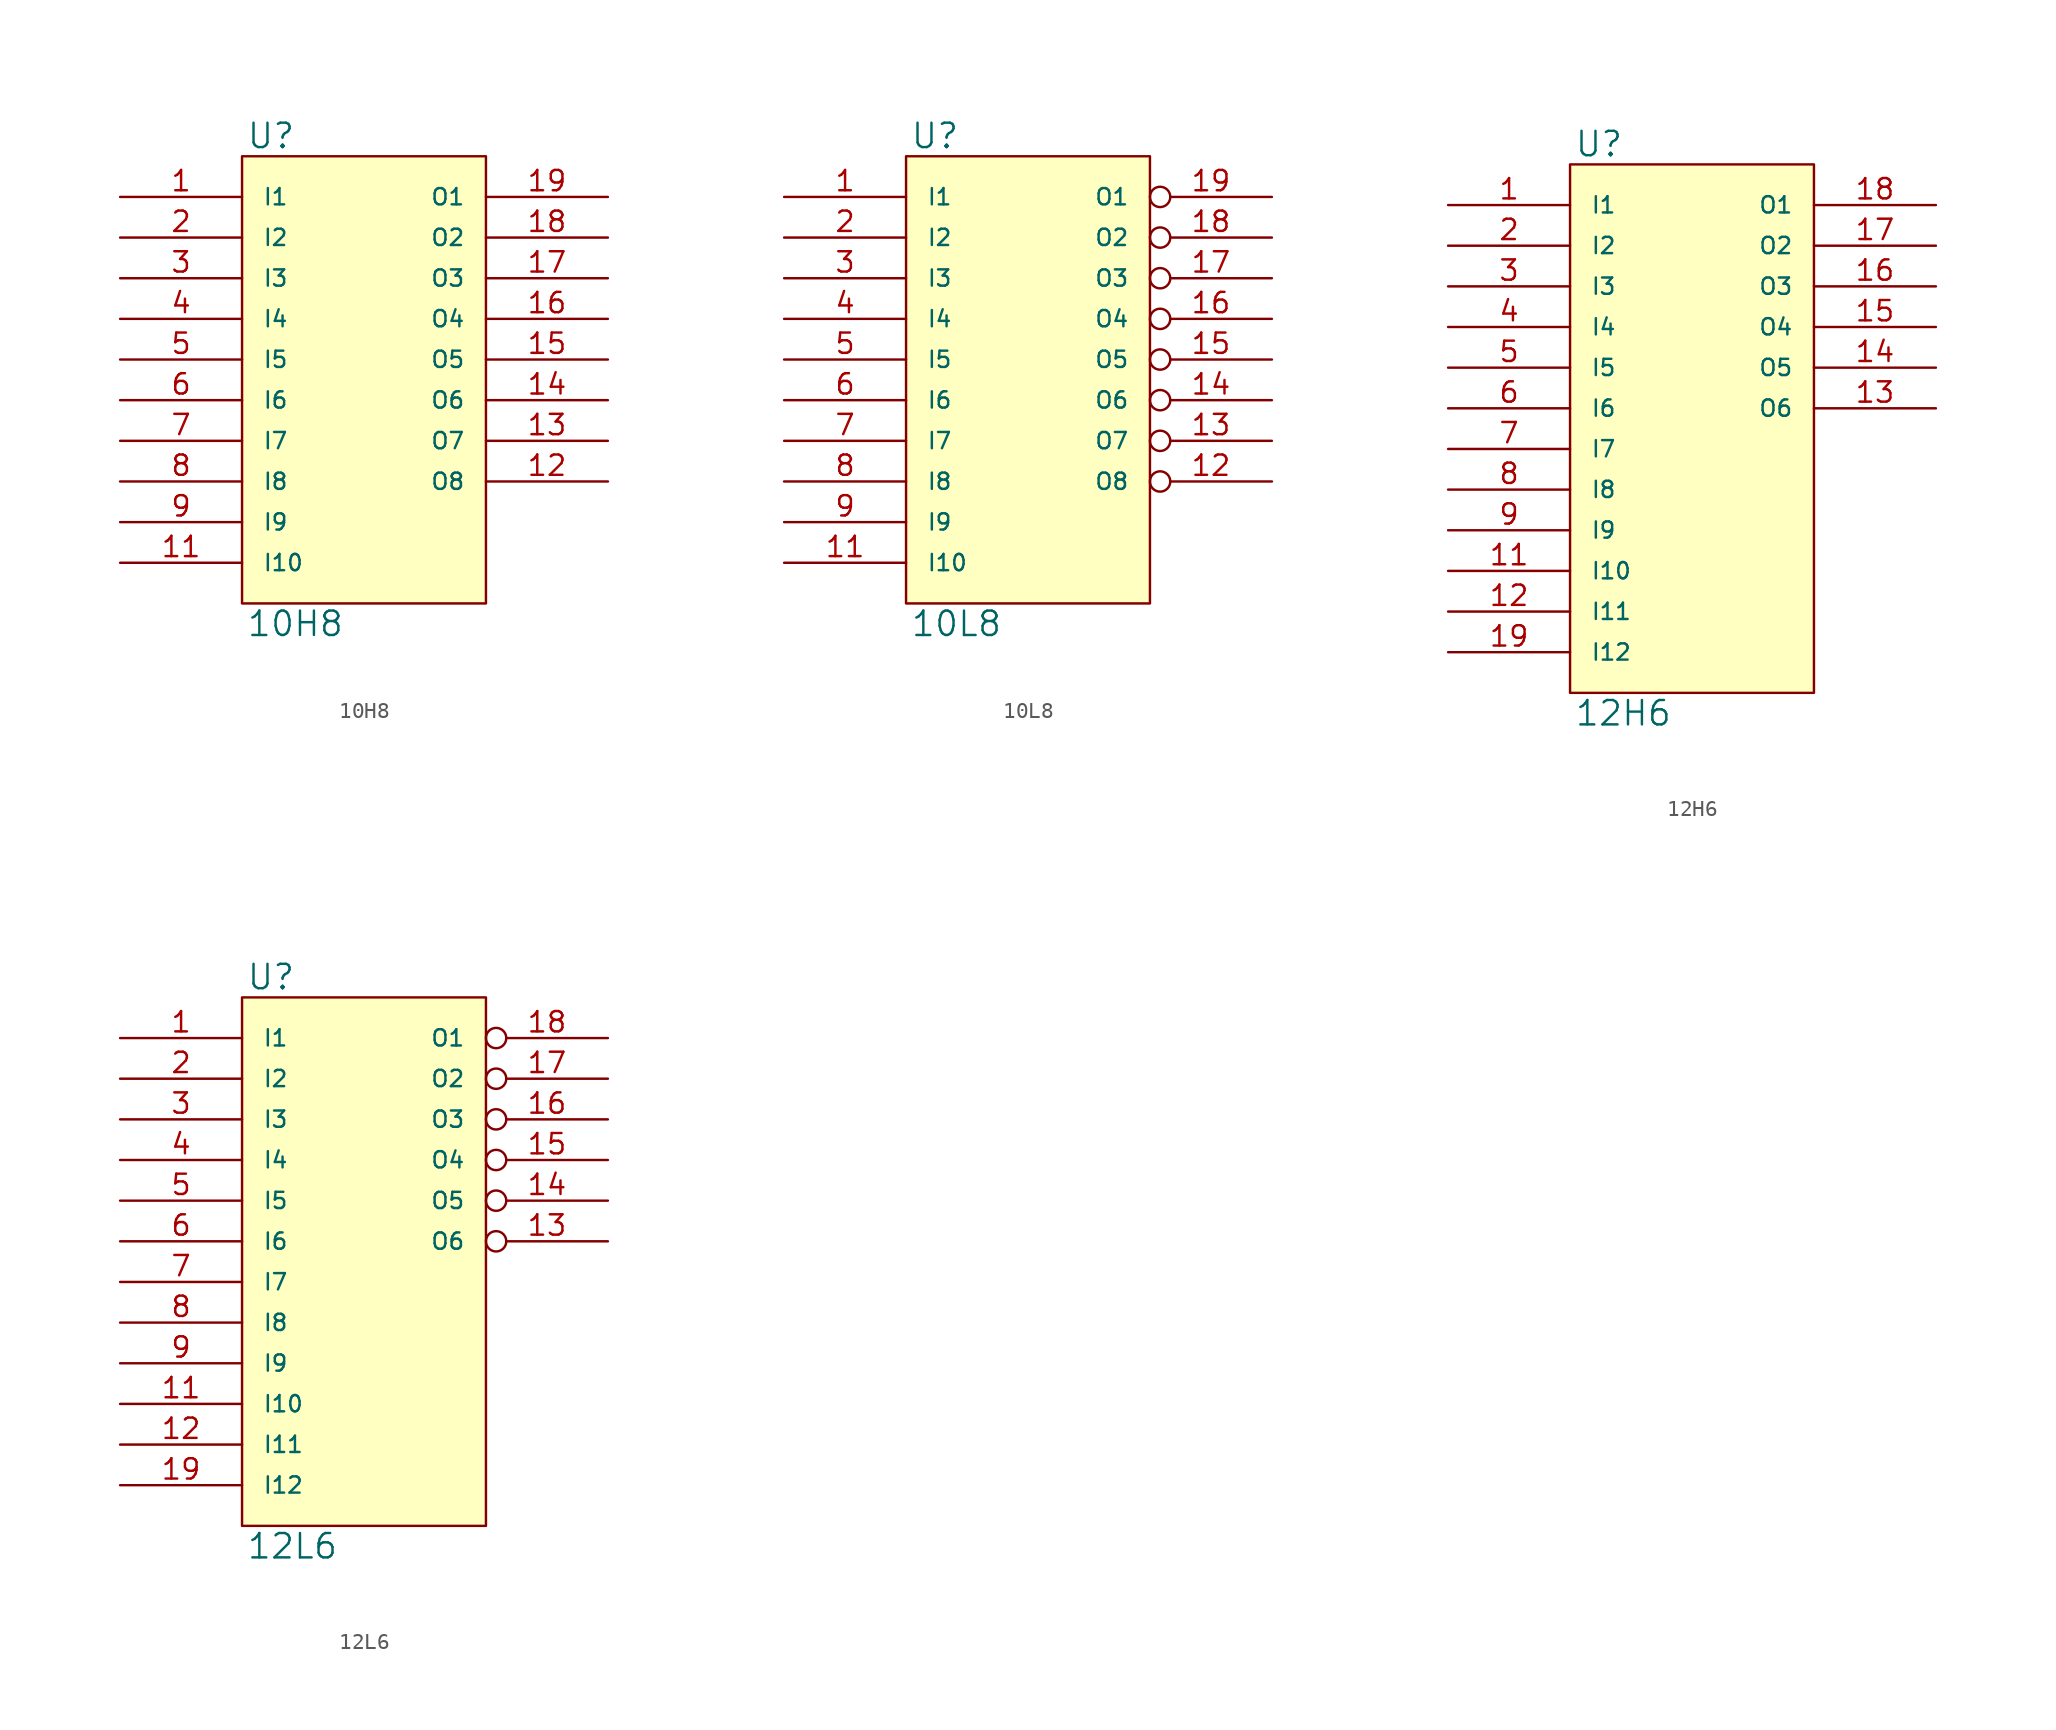
<source format=kicad_sym>
(kicad_symbol_lib
  (version 20231120)
  (generator "kicad_symbol_editor")
  (generator_version "8.0")
  (symbol "10H8"
    (pin_names
      (offset 1.27))
    (property "Reference" "U"
      (at 0.254 0.381 0)
      (effects (font (size 1.524 1.524)) (justify left bottom)))
    (property "Value" "10H8"
      (at 0.254 -28.321 0)
      (effects (font (size 1.524 1.524)) (justify left top)))
    (symbol "10H8_0_1"
      (rectangle (start 0 0) (end 15.24 -27.94) (stroke (width 0) (type solid)) (fill (type background))))
    (symbol "10H8_1_1"
      (pin input line (at -7.62 -2.54 0) (length 7.62) (name "I1" (effects (font (size 1.016 1.016)))) (number "1" (effects (font (size 1.27 1.27)))))
      (pin power_in line (at 0 -27.94 90) (length 0) hide (name "GND" (effects (font (size 1.016 1.016)))) (number "10" (effects (font (size 1.27 1.27)))))
      (pin input line (at -7.62 -25.4 0) (length 7.62) (name "I10" (effects (font (size 1.016 1.016)))) (number "11" (effects (font (size 1.27 1.27)))))
      (pin output line (at 22.86 -20.32 180) (length 7.62) (name "O8" (effects (font (size 1.016 1.016)))) (number "12" (effects (font (size 1.27 1.27)))))
      (pin output line (at 22.86 -17.78 180) (length 7.62) (name "O7" (effects (font (size 1.016 1.016)))) (number "13" (effects (font (size 1.27 1.27)))))
      (pin output line (at 22.86 -15.24 180) (length 7.62) (name "O6" (effects (font (size 1.016 1.016)))) (number "14" (effects (font (size 1.27 1.27)))))
      (pin output line (at 22.86 -12.7 180) (length 7.62) (name "O5" (effects (font (size 1.016 1.016)))) (number "15" (effects (font (size 1.27 1.27)))))
      (pin output line (at 22.86 -10.16 180) (length 7.62) (name "O4" (effects (font (size 1.016 1.016)))) (number "16" (effects (font (size 1.27 1.27)))))
      (pin output line (at 22.86 -7.62 180) (length 7.62) (name "O3" (effects (font (size 1.016 1.016)))) (number "17" (effects (font (size 1.27 1.27)))))
      (pin output line (at 22.86 -5.08 180) (length 7.62) (name "O2" (effects (font (size 1.016 1.016)))) (number "18" (effects (font (size 1.27 1.27)))))
      (pin output line (at 22.86 -2.54 180) (length 7.62) (name "O1" (effects (font (size 1.016 1.016)))) (number "19" (effects (font (size 1.27 1.27)))))
      (pin input line (at -7.62 -5.08 0) (length 7.62) (name "I2" (effects (font (size 1.016 1.016)))) (number "2" (effects (font (size 1.27 1.27)))))
      (pin power_in line (at 0 0 270) (length 0) hide (name "VCC" (effects (font (size 1.016 1.016)))) (number "20" (effects (font (size 1.27 1.27)))))
      (pin input line (at -7.62 -7.62 0) (length 7.62) (name "I3" (effects (font (size 1.016 1.016)))) (number "3" (effects (font (size 1.27 1.27)))))
      (pin input line (at -7.62 -10.16 0) (length 7.62) (name "I4" (effects (font (size 1.016 1.016)))) (number "4" (effects (font (size 1.27 1.27)))))
      (pin input line (at -7.62 -12.7 0) (length 7.62) (name "I5" (effects (font (size 1.016 1.016)))) (number "5" (effects (font (size 1.27 1.27)))))
      (pin input line (at -7.62 -15.24 0) (length 7.62) (name "I6" (effects (font (size 1.016 1.016)))) (number "6" (effects (font (size 1.27 1.27)))))
      (pin input line (at -7.62 -17.78 0) (length 7.62) (name "I7" (effects (font (size 1.016 1.016)))) (number "7" (effects (font (size 1.27 1.27)))))
      (pin input line (at -7.62 -20.32 0) (length 7.62) (name "I8" (effects (font (size 1.016 1.016)))) (number "8" (effects (font (size 1.27 1.27)))))
      (pin input line (at -7.62 -22.86 0) (length 7.62) (name "I9" (effects (font (size 1.016 1.016)))) (number "9" (effects (font (size 1.27 1.27)))))))
  (symbol "10L8"
    (pin_names
      (offset 1.27))
    (property "Reference" "U"
      (at 0.254 0.381 0)
      (effects (font (size 1.524 1.524)) (justify left bottom)))
    (property "Value" "10L8"
      (at 0.254 -28.321 0)
      (effects (font (size 1.524 1.524)) (justify left top)))
    (symbol "10L8_0_1"
      (rectangle (start 0 0) (end 15.24 -27.94) (stroke (width 0) (type solid)) (fill (type background))))
    (symbol "10L8_1_1"
      (pin input line (at -7.62 -2.54 0) (length 7.62) (name "I1" (effects (font (size 1.016 1.016)))) (number "1" (effects (font (size 1.27 1.27)))))
      (pin power_in line (at 0 -27.94 90) (length 0) hide (name "GND" (effects (font (size 1.016 1.016)))) (number "10" (effects (font (size 1.27 1.27)))))
      (pin input line (at -7.62 -25.4 0) (length 7.62) (name "I10" (effects (font (size 1.016 1.016)))) (number "11" (effects (font (size 1.27 1.27)))))
      (pin output inverted (at 22.86 -20.32 180) (length 7.62) (name "O8" (effects (font (size 1.016 1.016)))) (number "12" (effects (font (size 1.27 1.27)))))
      (pin output inverted (at 22.86 -17.78 180) (length 7.62) (name "O7" (effects (font (size 1.016 1.016)))) (number "13" (effects (font (size 1.27 1.27)))))
      (pin output inverted (at 22.86 -15.24 180) (length 7.62) (name "O6" (effects (font (size 1.016 1.016)))) (number "14" (effects (font (size 1.27 1.27)))))
      (pin output inverted (at 22.86 -12.7 180) (length 7.62) (name "O5" (effects (font (size 1.016 1.016)))) (number "15" (effects (font (size 1.27 1.27)))))
      (pin output inverted (at 22.86 -10.16 180) (length 7.62) (name "O4" (effects (font (size 1.016 1.016)))) (number "16" (effects (font (size 1.27 1.27)))))
      (pin output inverted (at 22.86 -7.62 180) (length 7.62) (name "O3" (effects (font (size 1.016 1.016)))) (number "17" (effects (font (size 1.27 1.27)))))
      (pin output inverted (at 22.86 -5.08 180) (length 7.62) (name "O2" (effects (font (size 1.016 1.016)))) (number "18" (effects (font (size 1.27 1.27)))))
      (pin output inverted (at 22.86 -2.54 180) (length 7.62) (name "O1" (effects (font (size 1.016 1.016)))) (number "19" (effects (font (size 1.27 1.27)))))
      (pin input line (at -7.62 -5.08 0) (length 7.62) (name "I2" (effects (font (size 1.016 1.016)))) (number "2" (effects (font (size 1.27 1.27)))))
      (pin power_in line (at 0 0 270) (length 0) hide (name "VCC" (effects (font (size 1.016 1.016)))) (number "20" (effects (font (size 1.27 1.27)))))
      (pin input line (at -7.62 -7.62 0) (length 7.62) (name "I3" (effects (font (size 1.016 1.016)))) (number "3" (effects (font (size 1.27 1.27)))))
      (pin input line (at -7.62 -10.16 0) (length 7.62) (name "I4" (effects (font (size 1.016 1.016)))) (number "4" (effects (font (size 1.27 1.27)))))
      (pin input line (at -7.62 -12.7 0) (length 7.62) (name "I5" (effects (font (size 1.016 1.016)))) (number "5" (effects (font (size 1.27 1.27)))))
      (pin input line (at -7.62 -15.24 0) (length 7.62) (name "I6" (effects (font (size 1.016 1.016)))) (number "6" (effects (font (size 1.27 1.27)))))
      (pin input line (at -7.62 -17.78 0) (length 7.62) (name "I7" (effects (font (size 1.016 1.016)))) (number "7" (effects (font (size 1.27 1.27)))))
      (pin input line (at -7.62 -20.32 0) (length 7.62) (name "I8" (effects (font (size 1.016 1.016)))) (number "8" (effects (font (size 1.27 1.27)))))
      (pin input line (at -7.62 -22.86 0) (length 7.62) (name "I9" (effects (font (size 1.016 1.016)))) (number "9" (effects (font (size 1.27 1.27)))))))
  (symbol "12H6"
    (pin_names
      (offset 1.27))
    (property "Reference" "U"
      (at 0.254 0.381 0)
      (effects (font (size 1.524 1.524)) (justify left bottom)))
    (property "Value" "12H6"
      (at 0.254 -33.401 0)
      (effects (font (size 1.524 1.524)) (justify left top)))
    (symbol "12H6_0_1"
      (rectangle (start 0 0) (end 15.24 -33.02) (stroke (width 0) (type solid)) (fill (type background))))
    (symbol "12H6_1_1"
      (pin input line (at -7.62 -2.54 0) (length 7.62) (name "I1" (effects (font (size 1.016 1.016)))) (number "1" (effects (font (size 1.27 1.27)))))
      (pin power_in line (at 0 -33.02 90) (length 0) hide (name "GND" (effects (font (size 1.016 1.016)))) (number "10" (effects (font (size 1.27 1.27)))))
      (pin input line (at -7.62 -25.4 0) (length 7.62) (name "I10" (effects (font (size 1.016 1.016)))) (number "11" (effects (font (size 1.27 1.27)))))
      (pin input line (at -7.62 -27.94 0) (length 7.62) (name "I11" (effects (font (size 1.016 1.016)))) (number "12" (effects (font (size 1.27 1.27)))))
      (pin output line (at 22.86 -15.24 180) (length 7.62) (name "O6" (effects (font (size 1.016 1.016)))) (number "13" (effects (font (size 1.27 1.27)))))
      (pin output line (at 22.86 -12.7 180) (length 7.62) (name "O5" (effects (font (size 1.016 1.016)))) (number "14" (effects (font (size 1.27 1.27)))))
      (pin output line (at 22.86 -10.16 180) (length 7.62) (name "O4" (effects (font (size 1.016 1.016)))) (number "15" (effects (font (size 1.27 1.27)))))
      (pin output line (at 22.86 -7.62 180) (length 7.62) (name "O3" (effects (font (size 1.016 1.016)))) (number "16" (effects (font (size 1.27 1.27)))))
      (pin output line (at 22.86 -5.08 180) (length 7.62) (name "O2" (effects (font (size 1.016 1.016)))) (number "17" (effects (font (size 1.27 1.27)))))
      (pin output line (at 22.86 -2.54 180) (length 7.62) (name "O1" (effects (font (size 1.016 1.016)))) (number "18" (effects (font (size 1.27 1.27)))))
      (pin input line (at -7.62 -30.48 0) (length 7.62) (name "I12" (effects (font (size 1.016 1.016)))) (number "19" (effects (font (size 1.27 1.27)))))
      (pin input line (at -7.62 -5.08 0) (length 7.62) (name "I2" (effects (font (size 1.016 1.016)))) (number "2" (effects (font (size 1.27 1.27)))))
      (pin power_in line (at 0 0 270) (length 0) hide (name "VCC" (effects (font (size 1.016 1.016)))) (number "20" (effects (font (size 1.27 1.27)))))
      (pin input line (at -7.62 -7.62 0) (length 7.62) (name "I3" (effects (font (size 1.016 1.016)))) (number "3" (effects (font (size 1.27 1.27)))))
      (pin input line (at -7.62 -10.16 0) (length 7.62) (name "I4" (effects (font (size 1.016 1.016)))) (number "4" (effects (font (size 1.27 1.27)))))
      (pin input line (at -7.62 -12.7 0) (length 7.62) (name "I5" (effects (font (size 1.016 1.016)))) (number "5" (effects (font (size 1.27 1.27)))))
      (pin input line (at -7.62 -15.24 0) (length 7.62) (name "I6" (effects (font (size 1.016 1.016)))) (number "6" (effects (font (size 1.27 1.27)))))
      (pin input line (at -7.62 -17.78 0) (length 7.62) (name "I7" (effects (font (size 1.016 1.016)))) (number "7" (effects (font (size 1.27 1.27)))))
      (pin input line (at -7.62 -20.32 0) (length 7.62) (name "I8" (effects (font (size 1.016 1.016)))) (number "8" (effects (font (size 1.27 1.27)))))
      (pin input line (at -7.62 -22.86 0) (length 7.62) (name "I9" (effects (font (size 1.016 1.016)))) (number "9" (effects (font (size 1.27 1.27)))))))
  (symbol "12L6"
    (pin_names
      (offset 1.27))
    (property "Reference" "U"
      (at 0.254 0.381 0)
      (effects (font (size 1.524 1.524)) (justify left bottom)))
    (property "Value" "12L6"
      (at 0.254 -33.401 0)
      (effects (font (size 1.524 1.524)) (justify left top)))
    (symbol "12L6_0_1"
      (rectangle (start 0 0) (end 15.24 -33.02) (stroke (width 0) (type solid)) (fill (type background))))
    (symbol "12L6_1_1"
      (pin input line (at -7.62 -2.54 0) (length 7.62) (name "I1" (effects (font (size 1.016 1.016)))) (number "1" (effects (font (size 1.27 1.27)))))
      (pin power_in line (at 0 -33.02 90) (length 0) hide (name "GND" (effects (font (size 1.016 1.016)))) (number "10" (effects (font (size 1.27 1.27)))))
      (pin input line (at -7.62 -25.4 0) (length 7.62) (name "I10" (effects (font (size 1.016 1.016)))) (number "11" (effects (font (size 1.27 1.27)))))
      (pin input line (at -7.62 -27.94 0) (length 7.62) (name "I11" (effects (font (size 1.016 1.016)))) (number "12" (effects (font (size 1.27 1.27)))))
      (pin output inverted (at 22.86 -15.24 180) (length 7.62) (name "O6" (effects (font (size 1.016 1.016)))) (number "13" (effects (font (size 1.27 1.27)))))
      (pin output inverted (at 22.86 -12.7 180) (length 7.62) (name "O5" (effects (font (size 1.016 1.016)))) (number "14" (effects (font (size 1.27 1.27)))))
      (pin output inverted (at 22.86 -10.16 180) (length 7.62) (name "O4" (effects (font (size 1.016 1.016)))) (number "15" (effects (font (size 1.27 1.27)))))
      (pin output inverted (at 22.86 -7.62 180) (length 7.62) (name "O3" (effects (font (size 1.016 1.016)))) (number "16" (effects (font (size 1.27 1.27)))))
      (pin output inverted (at 22.86 -5.08 180) (length 7.62) (name "O2" (effects (font (size 1.016 1.016)))) (number "17" (effects (font (size 1.27 1.27)))))
      (pin output inverted (at 22.86 -2.54 180) (length 7.62) (name "O1" (effects (font (size 1.016 1.016)))) (number "18" (effects (font (size 1.27 1.27)))))
      (pin input line (at -7.62 -30.48 0) (length 7.62) (name "I12" (effects (font (size 1.016 1.016)))) (number "19" (effects (font (size 1.27 1.27)))))
      (pin input line (at -7.62 -5.08 0) (length 7.62) (name "I2" (effects (font (size 1.016 1.016)))) (number "2" (effects (font (size 1.27 1.27)))))
      (pin power_in line (at 0 0 270) (length 0) hide (name "VCC" (effects (font (size 1.016 1.016)))) (number "20" (effects (font (size 1.27 1.27)))))
      (pin input line (at -7.62 -7.62 0) (length 7.62) (name "I3" (effects (font (size 1.016 1.016)))) (number "3" (effects (font (size 1.27 1.27)))))
      (pin input line (at -7.62 -10.16 0) (length 7.62) (name "I4" (effects (font (size 1.016 1.016)))) (number "4" (effects (font (size 1.27 1.27)))))
      (pin input line (at -7.62 -12.7 0) (length 7.62) (name "I5" (effects (font (size 1.016 1.016)))) (number "5" (effects (font (size 1.27 1.27)))))
      (pin input line (at -7.62 -15.24 0) (length 7.62) (name "I6" (effects (font (size 1.016 1.016)))) (number "6" (effects (font (size 1.27 1.27)))))
      (pin input line (at -7.62 -17.78 0) (length 7.62) (name "I7" (effects (font (size 1.016 1.016)))) (number "7" (effects (font (size 1.27 1.27)))))
      (pin input line (at -7.62 -20.32 0) (length 7.62) (name "I8" (effects (font (size 1.016 1.016)))) (number "8" (effects (font (size 1.27 1.27)))))
      (pin input line (at -7.62 -22.86 0) (length 7.62) (name "I9" (effects (font (size 1.016 1.016)))) (number "9" (effects (font (size 1.27 1.27))))))))
</source>
